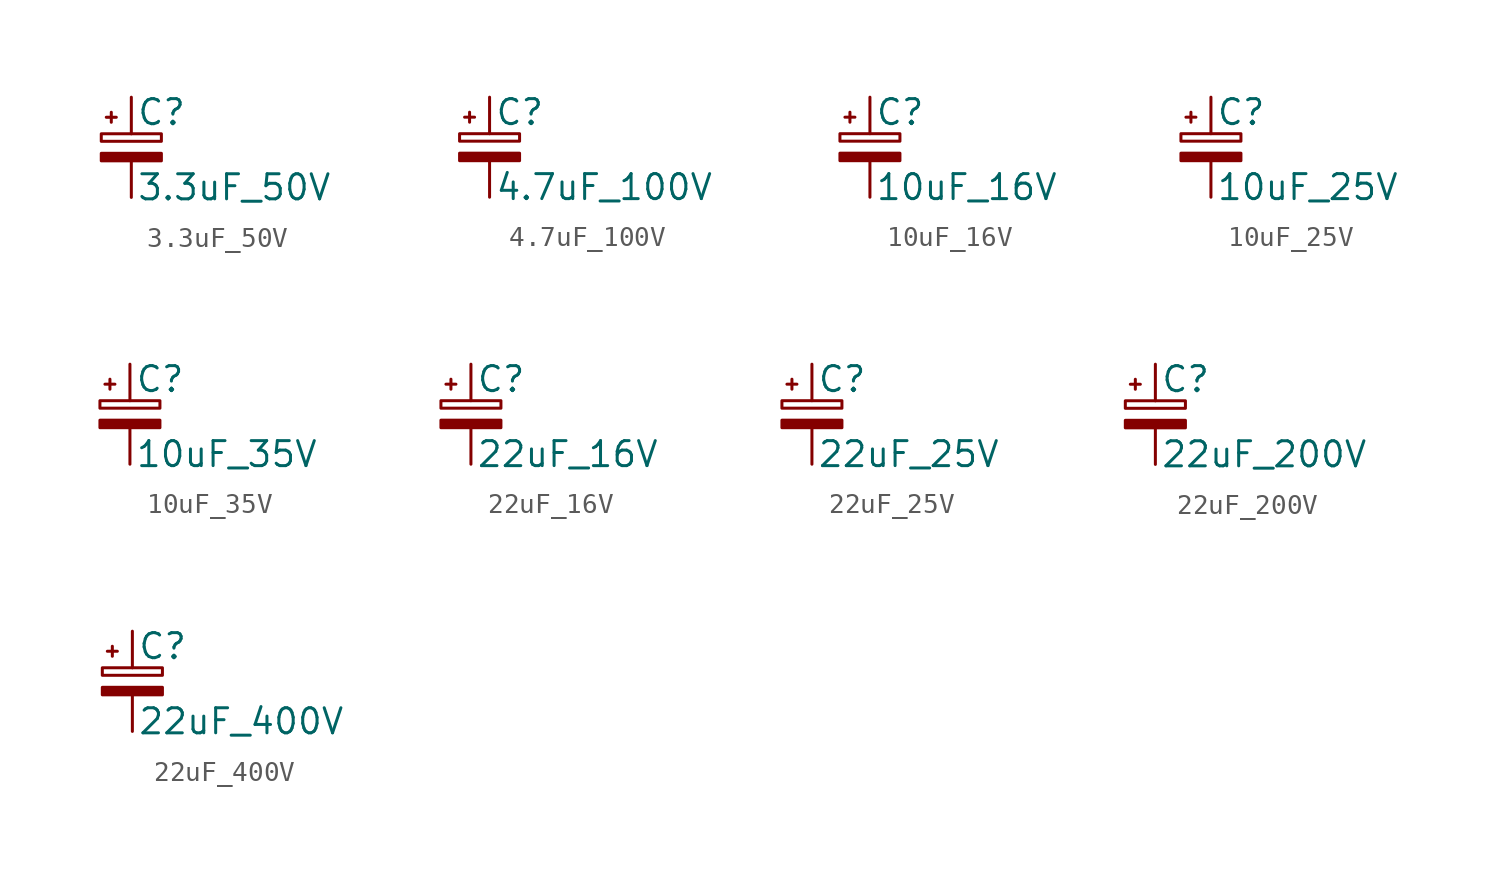
<source format=kicad_sym>
(kicad_symbol_lib
  (version 20211014)
  (generator kicad_symbol_editor)
  (symbol "3.3uF_50V"
    (pin_numbers hide)
    (pin_names
      (offset 0.254) hide)
    (property "Reference" "C"
      (at 0.254 1.778 0)
      (effects (font (size 1.27 1.27)) (justify left)))
    (property "Value" "3.3uF_50V"
      (at 0.254 -2.032 0)
      (effects (font (size 1.27 1.27)) (justify left)))
    (symbol "3.3uF_50V_0_1"
      (rectangle (start -1.524 -0.305) (end 1.524 -0.686) (stroke (width 0) (type default) (color 0 0 0 0)) (fill (type outline)))
      (rectangle (start -1.524 0.686) (end 1.524 0.305) (stroke (width 0) (type default) (color 0 0 0 0)) (fill (type none)))
      (polyline (pts (xy -1.27 1.524) (xy -0.762 1.524)) (stroke (width 0) (type default) (color 0 0 0 0)) (fill (type none)))
      (polyline (pts (xy -1.016 1.27) (xy -1.016 1.778)) (stroke (width 0) (type default) (color 0 0 0 0)) (fill (type none))))
    (symbol "3.3uF_50V_1_1"
      (pin passive line (at 0 2.54 270) (length 1.854) (name "~" (effects (font (size 1.27 1.27)))) (number "1" (effects (font (size 1.27 1.27)))))
      (pin passive line (at 0 -2.54 90) (length 1.854) (name "~" (effects (font (size 1.27 1.27)))) (number "2" (effects (font (size 1.27 1.27)))))))
  (symbol "4.7uF_100V"
    (pin_numbers hide)
    (pin_names
      (offset 0.254) hide)
    (property "Reference" "C"
      (at 0.254 1.778 0)
      (effects (font (size 1.27 1.27)) (justify left)))
    (property "Value" "4.7uF_100V"
      (at 0.254 -2.032 0)
      (effects (font (size 1.27 1.27)) (justify left)))
    (symbol "4.7uF_100V_0_1"
      (rectangle (start -1.524 -0.305) (end 1.524 -0.686) (stroke (width 0) (type default) (color 0 0 0 0)) (fill (type outline)))
      (rectangle (start -1.524 0.686) (end 1.524 0.305) (stroke (width 0) (type default) (color 0 0 0 0)) (fill (type none)))
      (polyline (pts (xy -1.27 1.524) (xy -0.762 1.524)) (stroke (width 0) (type default) (color 0 0 0 0)) (fill (type none)))
      (polyline (pts (xy -1.016 1.27) (xy -1.016 1.778)) (stroke (width 0) (type default) (color 0 0 0 0)) (fill (type none))))
    (symbol "4.7uF_100V_1_1"
      (pin passive line (at 0 2.54 270) (length 1.854) (name "~" (effects (font (size 1.27 1.27)))) (number "1" (effects (font (size 1.27 1.27)))))
      (pin passive line (at 0 -2.54 90) (length 1.854) (name "~" (effects (font (size 1.27 1.27)))) (number "2" (effects (font (size 1.27 1.27)))))))
  (symbol "10uF_16V"
    (pin_numbers hide)
    (pin_names
      (offset 0.254) hide)
    (property "Reference" "C"
      (at 0.254 1.778 0)
      (effects (font (size 1.27 1.27)) (justify left)))
    (property "Value" "10uF_16V"
      (at 0.254 -2.032 0)
      (effects (font (size 1.27 1.27)) (justify left)))
    (symbol "10uF_16V_0_1"
      (rectangle (start -1.524 -0.305) (end 1.524 -0.686) (stroke (width 0) (type default) (color 0 0 0 0)) (fill (type outline)))
      (rectangle (start -1.524 0.686) (end 1.524 0.305) (stroke (width 0) (type default) (color 0 0 0 0)) (fill (type none)))
      (polyline (pts (xy -1.27 1.524) (xy -0.762 1.524)) (stroke (width 0) (type default) (color 0 0 0 0)) (fill (type none)))
      (polyline (pts (xy -1.016 1.27) (xy -1.016 1.778)) (stroke (width 0) (type default) (color 0 0 0 0)) (fill (type none))))
    (symbol "10uF_16V_1_1"
      (pin passive line (at 0 2.54 270) (length 1.854) (name "~" (effects (font (size 1.27 1.27)))) (number "1" (effects (font (size 1.27 1.27)))))
      (pin passive line (at 0 -2.54 90) (length 1.854) (name "~" (effects (font (size 1.27 1.27)))) (number "2" (effects (font (size 1.27 1.27)))))))
  (symbol "10uF_25V"
    (pin_numbers hide)
    (pin_names
      (offset 0.254) hide)
    (property "Reference" "C"
      (at 0.254 1.778 0)
      (effects (font (size 1.27 1.27)) (justify left)))
    (property "Value" "10uF_25V"
      (at 0.254 -2.032 0)
      (effects (font (size 1.27 1.27)) (justify left)))
    (symbol "10uF_25V_0_1"
      (rectangle (start -1.524 -0.305) (end 1.524 -0.686) (stroke (width 0) (type default) (color 0 0 0 0)) (fill (type outline)))
      (rectangle (start -1.524 0.686) (end 1.524 0.305) (stroke (width 0) (type default) (color 0 0 0 0)) (fill (type none)))
      (polyline (pts (xy -1.27 1.524) (xy -0.762 1.524)) (stroke (width 0) (type default) (color 0 0 0 0)) (fill (type none)))
      (polyline (pts (xy -1.016 1.27) (xy -1.016 1.778)) (stroke (width 0) (type default) (color 0 0 0 0)) (fill (type none))))
    (symbol "10uF_25V_1_1"
      (pin passive line (at 0 2.54 270) (length 1.854) (name "~" (effects (font (size 1.27 1.27)))) (number "1" (effects (font (size 1.27 1.27)))))
      (pin passive line (at 0 -2.54 90) (length 1.854) (name "~" (effects (font (size 1.27 1.27)))) (number "2" (effects (font (size 1.27 1.27)))))))
  (symbol "10uF_35V"
    (pin_numbers hide)
    (pin_names
      (offset 0.254) hide)
    (property "Reference" "C"
      (at 0.254 1.778 0)
      (effects (font (size 1.27 1.27)) (justify left)))
    (property "Value" "10uF_35V"
      (at 0.254 -2.032 0)
      (effects (font (size 1.27 1.27)) (justify left)))
    (symbol "10uF_35V_0_1"
      (rectangle (start -1.524 -0.305) (end 1.524 -0.686) (stroke (width 0) (type default) (color 0 0 0 0)) (fill (type outline)))
      (rectangle (start -1.524 0.686) (end 1.524 0.305) (stroke (width 0) (type default) (color 0 0 0 0)) (fill (type none)))
      (polyline (pts (xy -1.27 1.524) (xy -0.762 1.524)) (stroke (width 0) (type default) (color 0 0 0 0)) (fill (type none)))
      (polyline (pts (xy -1.016 1.27) (xy -1.016 1.778)) (stroke (width 0) (type default) (color 0 0 0 0)) (fill (type none))))
    (symbol "10uF_35V_1_1"
      (pin passive line (at 0 2.54 270) (length 1.854) (name "~" (effects (font (size 1.27 1.27)))) (number "1" (effects (font (size 1.27 1.27)))))
      (pin passive line (at 0 -2.54 90) (length 1.854) (name "~" (effects (font (size 1.27 1.27)))) (number "2" (effects (font (size 1.27 1.27)))))))
  (symbol "22uF_16V"
    (pin_numbers hide)
    (pin_names
      (offset 0.254) hide)
    (property "Reference" "C"
      (at 0.254 1.778 0)
      (effects (font (size 1.27 1.27)) (justify left)))
    (property "Value" "22uF_16V"
      (at 0.254 -2.032 0)
      (effects (font (size 1.27 1.27)) (justify left)))
    (symbol "22uF_16V_0_1"
      (rectangle (start -1.524 -0.305) (end 1.524 -0.686) (stroke (width 0) (type default) (color 0 0 0 0)) (fill (type outline)))
      (rectangle (start -1.524 0.686) (end 1.524 0.305) (stroke (width 0) (type default) (color 0 0 0 0)) (fill (type none)))
      (polyline (pts (xy -1.27 1.524) (xy -0.762 1.524)) (stroke (width 0) (type default) (color 0 0 0 0)) (fill (type none)))
      (polyline (pts (xy -1.016 1.27) (xy -1.016 1.778)) (stroke (width 0) (type default) (color 0 0 0 0)) (fill (type none))))
    (symbol "22uF_16V_1_1"
      (pin passive line (at 0 2.54 270) (length 1.854) (name "~" (effects (font (size 1.27 1.27)))) (number "1" (effects (font (size 1.27 1.27)))))
      (pin passive line (at 0 -2.54 90) (length 1.854) (name "~" (effects (font (size 1.27 1.27)))) (number "2" (effects (font (size 1.27 1.27)))))))
  (symbol "22uF_25V"
    (pin_numbers hide)
    (pin_names
      (offset 0.254) hide)
    (property "Reference" "C"
      (at 0.254 1.778 0)
      (effects (font (size 1.27 1.27)) (justify left)))
    (property "Value" "22uF_25V"
      (at 0.254 -2.032 0)
      (effects (font (size 1.27 1.27)) (justify left)))
    (symbol "22uF_25V_0_1"
      (rectangle (start -1.524 -0.305) (end 1.524 -0.686) (stroke (width 0) (type default) (color 0 0 0 0)) (fill (type outline)))
      (rectangle (start -1.524 0.686) (end 1.524 0.305) (stroke (width 0) (type default) (color 0 0 0 0)) (fill (type none)))
      (polyline (pts (xy -1.27 1.524) (xy -0.762 1.524)) (stroke (width 0) (type default) (color 0 0 0 0)) (fill (type none)))
      (polyline (pts (xy -1.016 1.27) (xy -1.016 1.778)) (stroke (width 0) (type default) (color 0 0 0 0)) (fill (type none))))
    (symbol "22uF_25V_1_1"
      (pin passive line (at 0 2.54 270) (length 1.854) (name "~" (effects (font (size 1.27 1.27)))) (number "1" (effects (font (size 1.27 1.27)))))
      (pin passive line (at 0 -2.54 90) (length 1.854) (name "~" (effects (font (size 1.27 1.27)))) (number "2" (effects (font (size 1.27 1.27)))))))
  (symbol "22uF_200V"
    (pin_numbers hide)
    (pin_names
      (offset 0.254) hide)
    (property "Reference" "C"
      (at 0.254 1.778 0)
      (effects (font (size 1.27 1.27)) (justify left)))
    (property "Value" "22uF_200V"
      (at 0.254 -2.032 0)
      (effects (font (size 1.27 1.27)) (justify left)))
    (symbol "22uF_200V_0_1"
      (rectangle (start -1.524 -0.305) (end 1.524 -0.686) (stroke (width 0) (type default) (color 0 0 0 0)) (fill (type outline)))
      (rectangle (start -1.524 0.686) (end 1.524 0.305) (stroke (width 0) (type default) (color 0 0 0 0)) (fill (type none)))
      (polyline (pts (xy -1.27 1.524) (xy -0.762 1.524)) (stroke (width 0) (type default) (color 0 0 0 0)) (fill (type none)))
      (polyline (pts (xy -1.016 1.27) (xy -1.016 1.778)) (stroke (width 0) (type default) (color 0 0 0 0)) (fill (type none))))
    (symbol "22uF_200V_1_1"
      (pin passive line (at 0 2.54 270) (length 1.854) (name "~" (effects (font (size 1.27 1.27)))) (number "1" (effects (font (size 1.27 1.27)))))
      (pin passive line (at 0 -2.54 90) (length 1.854) (name "~" (effects (font (size 1.27 1.27)))) (number "2" (effects (font (size 1.27 1.27)))))))
  (symbol "22uF_400V"
    (pin_numbers hide)
    (pin_names
      (offset 0.254) hide)
    (property "Reference" "C"
      (at 0.254 1.778 0)
      (effects (font (size 1.27 1.27)) (justify left)))
    (property "Value" "22uF_400V"
      (at 0.254 -2.032 0)
      (effects (font (size 1.27 1.27)) (justify left)))
    (symbol "22uF_400V_0_1"
      (rectangle (start -1.524 -0.305) (end 1.524 -0.686) (stroke (width 0) (type default) (color 0 0 0 0)) (fill (type outline)))
      (rectangle (start -1.524 0.686) (end 1.524 0.305) (stroke (width 0) (type default) (color 0 0 0 0)) (fill (type none)))
      (polyline (pts (xy -1.27 1.524) (xy -0.762 1.524)) (stroke (width 0) (type default) (color 0 0 0 0)) (fill (type none)))
      (polyline (pts (xy -1.016 1.27) (xy -1.016 1.778)) (stroke (width 0) (type default) (color 0 0 0 0)) (fill (type none))))
    (symbol "22uF_400V_1_1"
      (pin passive line (at 0 2.54 270) (length 1.854) (name "~" (effects (font (size 1.27 1.27)))) (number "1" (effects (font (size 1.27 1.27)))))
      (pin passive line (at 0 -2.54 90) (length 1.854) (name "~" (effects (font (size 1.27 1.27)))) (number "2" (effects (font (size 1.27 1.27))))))))
</source>
